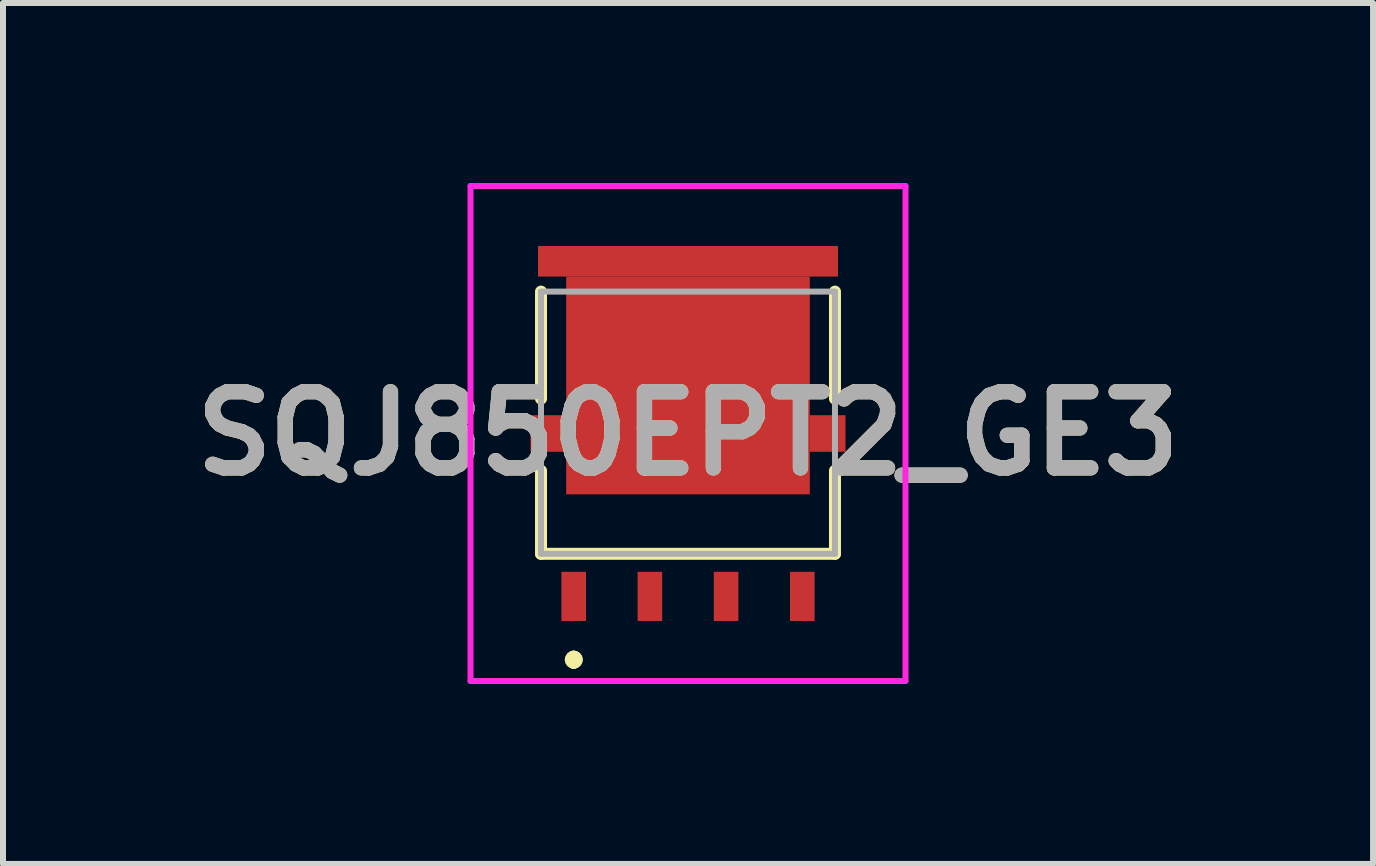
<source format=kicad_pcb>
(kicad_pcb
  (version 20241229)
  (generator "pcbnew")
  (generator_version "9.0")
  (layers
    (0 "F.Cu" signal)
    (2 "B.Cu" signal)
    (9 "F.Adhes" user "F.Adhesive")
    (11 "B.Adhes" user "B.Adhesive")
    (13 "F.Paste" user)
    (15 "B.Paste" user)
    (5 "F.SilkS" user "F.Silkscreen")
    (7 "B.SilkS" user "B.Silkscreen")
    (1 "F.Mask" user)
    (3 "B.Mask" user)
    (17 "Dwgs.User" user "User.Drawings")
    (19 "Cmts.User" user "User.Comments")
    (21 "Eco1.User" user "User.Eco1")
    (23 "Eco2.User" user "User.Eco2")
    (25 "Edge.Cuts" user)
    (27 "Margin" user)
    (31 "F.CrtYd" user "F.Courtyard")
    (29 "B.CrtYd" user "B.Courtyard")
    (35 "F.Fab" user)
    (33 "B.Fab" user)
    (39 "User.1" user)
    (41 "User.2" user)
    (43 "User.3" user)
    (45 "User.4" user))
  (footprint "SQJ850EPT2_GE3"
    (layer "F.Cu")
    (at 8.418 3.996)
    (property "Reference" "SQJ850EPT2_GE3" (at 0 0.179 0) (layer "F.SilkS") (effects (font (size 1.27 1.27) (thickness 0.254))))
    (attr smd)
    (fp_line (start -2.45 -0.4) (end -2.45 -2.185) (stroke (width 0.2) (type solid)) (layer "F.SilkS"))
    (fp_line (start -2.45 0.8) (end -2.45 2.185) (stroke (width 0.2) (type solid)) (layer "F.SilkS"))
    (fp_line (start -2.45 2.185) (end 2.45 2.185) (stroke (width 0.2) (type solid)) (layer "F.SilkS"))
    (fp_line (start -1.905 3.9) (end -1.905 3.9) (stroke (width 0.2) (type solid)) (layer "F.SilkS"))
    (fp_line (start -1.905 4) (end -1.905 4) (stroke (width 0.2) (type solid)) (layer "F.SilkS"))
    (fp_line (start -1.905 4) (end -1.905 4) (stroke (width 0.2) (type solid)) (layer "F.SilkS"))
    (fp_line (start 2.45 -0.4) (end 2.45 -2.185) (stroke (width 0.2) (type solid)) (layer "F.SilkS"))
    (fp_line (start 2.45 2.185) (end 2.45 0.8) (stroke (width 0.2) (type solid)) (layer "F.SilkS"))
    (fp_arc (start -1.905 3.9) (mid -1.855 3.95) (end -1.905 4) (stroke (width 0.2) (type solid)) (layer "F.SilkS"))
    (fp_arc (start -1.905 3.9) (mid -1.855 3.95) (end -1.905 4) (stroke (width 0.2) (type solid)) (layer "F.SilkS"))
    (fp_arc (start -1.905 4) (mid -1.955 3.95) (end -1.905 3.9) (stroke (width 0.2) (type solid)) (layer "F.SilkS"))
    (fp_line (start -3.625 -3.946) (end 3.625 -3.946) (stroke (width 0.1) (type solid)) (layer "F.CrtYd"))
    (fp_line (start -3.625 4.305) (end -3.625 -3.946) (stroke (width 0.1) (type solid)) (layer "F.CrtYd"))
    (fp_line (start 3.625 -3.946) (end 3.625 4.305) (stroke (width 0.1) (type solid)) (layer "F.CrtYd"))
    (fp_line (start 3.625 4.305) (end -3.625 4.305) (stroke (width 0.1) (type solid)) (layer "F.CrtYd"))
    (fp_line (start -2.45 -2.185) (end 2.45 -2.185) (stroke (width 0.1) (type solid)) (layer "F.Fab"))
    (fp_line (start -2.45 2.185) (end -2.45 -2.185) (stroke (width 0.1) (type solid)) (layer "F.Fab"))
    (fp_line (start 2.45 -2.185) (end 2.45 2.185) (stroke (width 0.1) (type solid)) (layer "F.Fab"))
    (fp_line (start 2.45 2.185) (end -2.45 2.185) (stroke (width 0.1) (type solid)) (layer "F.Fab"))
    (fp_text user "${REFERENCE}" (at 0 0.179 0) (layer "F.Fab") (effects (font (size 1.27 1.27) (thickness 0.254))))
    (pad "1" smd rect (at -1.905 2.895) (size 0.41 0.82) (layers "F.Cu" "F.Mask" "F.Paste"))
    (pad "2" smd rect (at -0.635 2.895) (size 0.41 0.82) (layers "F.Cu" "F.Mask" "F.Paste"))
    (pad "3" smd rect (at 0.635 2.895) (size 0.41 0.82) (layers "F.Cu" "F.Mask" "F.Paste"))
    (pad "4" smd rect (at 1.905 2.895) (size 0.41 0.82) (layers "F.Cu" "F.Mask" "F.Paste"))
    (pad "5" smd rect (at 0 -0.621 90) (size 3.63 4.061) (layers "F.Cu" "F.Mask" "F.Paste"))
    (pad "6" smd rect (at 0 -2.691 90) (size 0.51 5) (layers "F.Cu" "F.Mask" "F.Paste"))
    (pad "7" smd rect (at -2.328 0.18) (size 0.595 0.61) (layers "F.Cu" "F.Mask" "F.Paste"))
    (pad "8" smd rect (at 2.328 0.18) (size 0.595 0.61) (layers "F.Cu" "F.Mask" "F.Paste")))
  (gr_rect
    (start -3 -3)
    (end 19.837 11.351)
    (stroke (width 0.1) (type default))
    (fill no)
    (layer "Edge.Cuts")))
</source>
